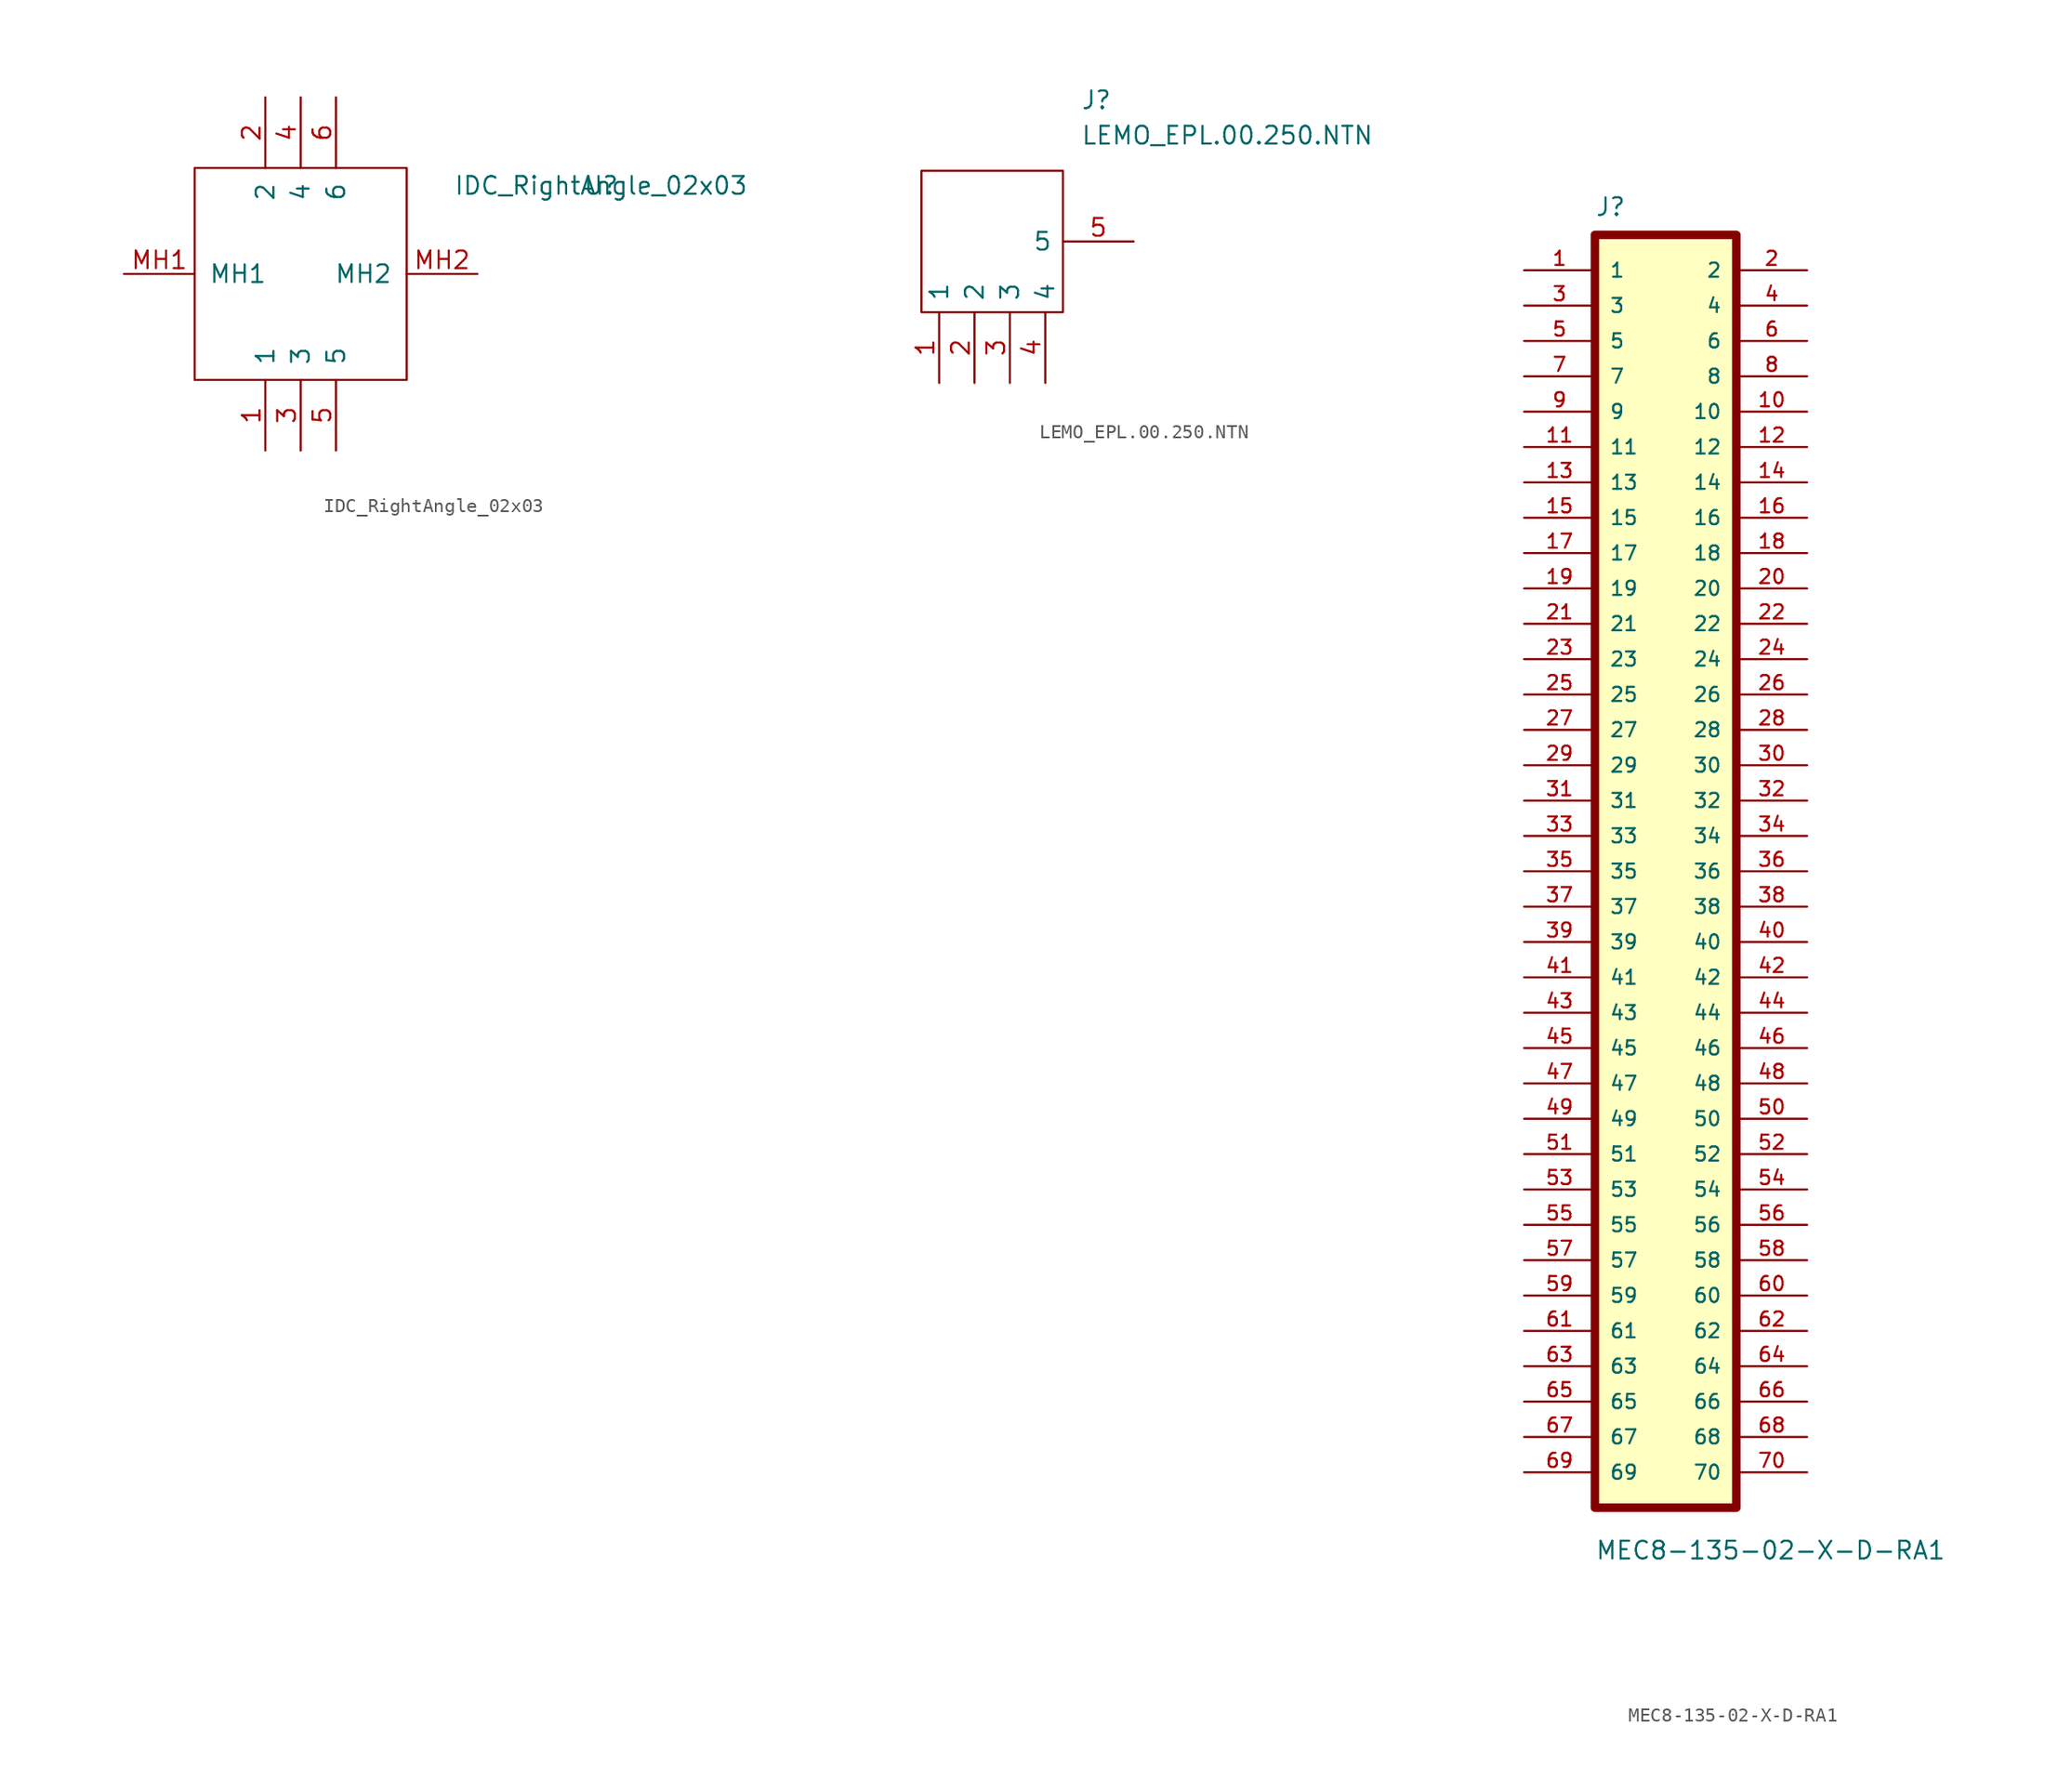
<source format=kicad_sym>
(kicad_symbol_lib
  (version 20211014)
  (generator kicad_symbol_editor)
  (symbol "IDC_RightAngle_02x03"
    (pin_names
      (offset 1.016))
    (property "Reference" "U"
      (at 21.59 6.35 0)
      (effects (font (size 1.27 1.27))))
    (property "Value" "IDC_RightAngle_02x03"
      (at 21.59 6.35 0)
      (effects (font (size 1.27 1.27))))
    (symbol "IDC_RightAngle_02x03_1_1"
      (polyline (pts (xy -7.62 7.62) (xy 7.62 7.62) (xy 7.62 -7.62) (xy -7.62 -7.62) (xy -7.62 7.62)) (stroke (width 0.152) (type default) (color 0 0 0 0)) (fill (type none)))
      (pin passive line (at -2.54 -12.7 90) (length 5.08) (name "1" (effects (font (size 1.27 1.27)))) (number "1" (effects (font (size 1.27 1.27)))))
      (pin passive line (at -2.54 12.7 270) (length 5.08) (name "2" (effects (font (size 1.27 1.27)))) (number "2" (effects (font (size 1.27 1.27)))))
      (pin passive line (at 0 -12.7 90) (length 5.08) (name "3" (effects (font (size 1.27 1.27)))) (number "3" (effects (font (size 1.27 1.27)))))
      (pin passive line (at 0 12.7 270) (length 5.08) (name "4" (effects (font (size 1.27 1.27)))) (number "4" (effects (font (size 1.27 1.27)))))
      (pin passive line (at 2.54 -12.7 90) (length 5.08) (name "5" (effects (font (size 1.27 1.27)))) (number "5" (effects (font (size 1.27 1.27)))))
      (pin passive line (at 2.54 12.7 270) (length 5.08) (name "6" (effects (font (size 1.27 1.27)))) (number "6" (effects (font (size 1.27 1.27)))))
      (pin passive line (at -12.7 0 0) (length 5.08) (name "MH1" (effects (font (size 1.27 1.27)))) (number "MH1" (effects (font (size 1.27 1.27)))))
      (pin passive line (at 12.7 0 180) (length 5.08) (name "MH2" (effects (font (size 1.27 1.27)))) (number "MH2" (effects (font (size 1.27 1.27)))))))
  (symbol "LEMO_EPL.00.250.NTN"
    (pin_names
      (offset 0.762))
    (property "Reference" "J"
      (at 16.51 7.62 0)
      (effects (font (size 1.27 1.27)) (justify left)))
    (property "Value" "LEMO_EPL.00.250.NTN"
      (at 16.51 5.08 0)
      (effects (font (size 1.27 1.27)) (justify left)))
    (symbol "LEMO_EPL.00.250.NTN_0_0"
      (pin passive line (at 6.35 -12.7 90) (length 5.08) (name "1" (effects (font (size 1.27 1.27)))) (number "1" (effects (font (size 1.27 1.27)))))
      (pin passive line (at 8.89 -12.7 90) (length 5.08) (name "2" (effects (font (size 1.27 1.27)))) (number "2" (effects (font (size 1.27 1.27)))))
      (pin passive line (at 11.43 -12.7 90) (length 5.08) (name "3" (effects (font (size 1.27 1.27)))) (number "3" (effects (font (size 1.27 1.27)))))
      (pin passive line (at 13.97 -12.7 90) (length 5.08) (name "4" (effects (font (size 1.27 1.27)))) (number "4" (effects (font (size 1.27 1.27)))))
      (pin passive line (at 20.32 -2.54 180) (length 5.08) (name "5" (effects (font (size 1.27 1.27)))) (number "5" (effects (font (size 1.27 1.27))))))
    (symbol "LEMO_EPL.00.250.NTN_0_1"
      (polyline (pts (xy 5.08 2.54) (xy 15.24 2.54) (xy 15.24 -7.62) (xy 5.08 -7.62) (xy 5.08 2.54)) (stroke (width 0.152) (type default) (color 0 0 0 0)) (fill (type none)))))
  (symbol "MEC8-135-02-X-D-RA1"
    (pin_names
      (offset 1.016))
    (property "Reference" "J"
      (at -5.08 46.99 0)
      (effects (font (size 1.27 1.27)) (justify left bottom)))
    (property "Value" "MEC8-135-02-X-D-RA1"
      (at -5.08 -49.53 0)
      (effects (font (size 1.27 1.27)) (justify left bottom)))
    (property "ki_locked" ""
      (at 0 0 0)
      (effects (font (size 1.27 1.27))))
    (symbol "MEC8-135-02-X-D-RA1_0_0"
      (rectangle (start -5.08 -45.72) (end 5.08 45.72) (stroke (width 0.61) (type default) (color 0 0 0 0)) (fill (type background)))
      (pin passive line (at -10.16 43.18 0) (length 5.08) (name "1" (effects (font (size 1.016 1.016)))) (number "1" (effects (font (size 1.016 1.016)))))
      (pin passive line (at 10.16 33.02 180) (length 5.08) (name "10" (effects (font (size 1.016 1.016)))) (number "10" (effects (font (size 1.016 1.016)))))
      (pin passive line (at -10.16 30.48 0) (length 5.08) (name "11" (effects (font (size 1.016 1.016)))) (number "11" (effects (font (size 1.016 1.016)))))
      (pin passive line (at 10.16 30.48 180) (length 5.08) (name "12" (effects (font (size 1.016 1.016)))) (number "12" (effects (font (size 1.016 1.016)))))
      (pin passive line (at -10.16 27.94 0) (length 5.08) (name "13" (effects (font (size 1.016 1.016)))) (number "13" (effects (font (size 1.016 1.016)))))
      (pin passive line (at 10.16 27.94 180) (length 5.08) (name "14" (effects (font (size 1.016 1.016)))) (number "14" (effects (font (size 1.016 1.016)))))
      (pin passive line (at -10.16 25.4 0) (length 5.08) (name "15" (effects (font (size 1.016 1.016)))) (number "15" (effects (font (size 1.016 1.016)))))
      (pin passive line (at 10.16 25.4 180) (length 5.08) (name "16" (effects (font (size 1.016 1.016)))) (number "16" (effects (font (size 1.016 1.016)))))
      (pin passive line (at -10.16 22.86 0) (length 5.08) (name "17" (effects (font (size 1.016 1.016)))) (number "17" (effects (font (size 1.016 1.016)))))
      (pin passive line (at 10.16 22.86 180) (length 5.08) (name "18" (effects (font (size 1.016 1.016)))) (number "18" (effects (font (size 1.016 1.016)))))
      (pin passive line (at -10.16 20.32 0) (length 5.08) (name "19" (effects (font (size 1.016 1.016)))) (number "19" (effects (font (size 1.016 1.016)))))
      (pin passive line (at 10.16 43.18 180) (length 5.08) (name "2" (effects (font (size 1.016 1.016)))) (number "2" (effects (font (size 1.016 1.016)))))
      (pin passive line (at 10.16 20.32 180) (length 5.08) (name "20" (effects (font (size 1.016 1.016)))) (number "20" (effects (font (size 1.016 1.016)))))
      (pin passive line (at -10.16 17.78 0) (length 5.08) (name "21" (effects (font (size 1.016 1.016)))) (number "21" (effects (font (size 1.016 1.016)))))
      (pin passive line (at 10.16 17.78 180) (length 5.08) (name "22" (effects (font (size 1.016 1.016)))) (number "22" (effects (font (size 1.016 1.016)))))
      (pin passive line (at -10.16 15.24 0) (length 5.08) (name "23" (effects (font (size 1.016 1.016)))) (number "23" (effects (font (size 1.016 1.016)))))
      (pin passive line (at 10.16 15.24 180) (length 5.08) (name "24" (effects (font (size 1.016 1.016)))) (number "24" (effects (font (size 1.016 1.016)))))
      (pin passive line (at -10.16 12.7 0) (length 5.08) (name "25" (effects (font (size 1.016 1.016)))) (number "25" (effects (font (size 1.016 1.016)))))
      (pin passive line (at 10.16 12.7 180) (length 5.08) (name "26" (effects (font (size 1.016 1.016)))) (number "26" (effects (font (size 1.016 1.016)))))
      (pin passive line (at -10.16 10.16 0) (length 5.08) (name "27" (effects (font (size 1.016 1.016)))) (number "27" (effects (font (size 1.016 1.016)))))
      (pin passive line (at 10.16 10.16 180) (length 5.08) (name "28" (effects (font (size 1.016 1.016)))) (number "28" (effects (font (size 1.016 1.016)))))
      (pin passive line (at -10.16 7.62 0) (length 5.08) (name "29" (effects (font (size 1.016 1.016)))) (number "29" (effects (font (size 1.016 1.016)))))
      (pin passive line (at -10.16 40.64 0) (length 5.08) (name "3" (effects (font (size 1.016 1.016)))) (number "3" (effects (font (size 1.016 1.016)))))
      (pin passive line (at 10.16 7.62 180) (length 5.08) (name "30" (effects (font (size 1.016 1.016)))) (number "30" (effects (font (size 1.016 1.016)))))
      (pin passive line (at -10.16 5.08 0) (length 5.08) (name "31" (effects (font (size 1.016 1.016)))) (number "31" (effects (font (size 1.016 1.016)))))
      (pin passive line (at 10.16 5.08 180) (length 5.08) (name "32" (effects (font (size 1.016 1.016)))) (number "32" (effects (font (size 1.016 1.016)))))
      (pin passive line (at -10.16 2.54 0) (length 5.08) (name "33" (effects (font (size 1.016 1.016)))) (number "33" (effects (font (size 1.016 1.016)))))
      (pin passive line (at 10.16 2.54 180) (length 5.08) (name "34" (effects (font (size 1.016 1.016)))) (number "34" (effects (font (size 1.016 1.016)))))
      (pin passive line (at -10.16 0 0) (length 5.08) (name "35" (effects (font (size 1.016 1.016)))) (number "35" (effects (font (size 1.016 1.016)))))
      (pin passive line (at 10.16 0 180) (length 5.08) (name "36" (effects (font (size 1.016 1.016)))) (number "36" (effects (font (size 1.016 1.016)))))
      (pin passive line (at -10.16 -2.54 0) (length 5.08) (name "37" (effects (font (size 1.016 1.016)))) (number "37" (effects (font (size 1.016 1.016)))))
      (pin passive line (at 10.16 -2.54 180) (length 5.08) (name "38" (effects (font (size 1.016 1.016)))) (number "38" (effects (font (size 1.016 1.016)))))
      (pin passive line (at -10.16 -5.08 0) (length 5.08) (name "39" (effects (font (size 1.016 1.016)))) (number "39" (effects (font (size 1.016 1.016)))))
      (pin passive line (at 10.16 40.64 180) (length 5.08) (name "4" (effects (font (size 1.016 1.016)))) (number "4" (effects (font (size 1.016 1.016)))))
      (pin passive line (at 10.16 -5.08 180) (length 5.08) (name "40" (effects (font (size 1.016 1.016)))) (number "40" (effects (font (size 1.016 1.016)))))
      (pin passive line (at -10.16 -7.62 0) (length 5.08) (name "41" (effects (font (size 1.016 1.016)))) (number "41" (effects (font (size 1.016 1.016)))))
      (pin passive line (at 10.16 -7.62 180) (length 5.08) (name "42" (effects (font (size 1.016 1.016)))) (number "42" (effects (font (size 1.016 1.016)))))
      (pin passive line (at -10.16 -10.16 0) (length 5.08) (name "43" (effects (font (size 1.016 1.016)))) (number "43" (effects (font (size 1.016 1.016)))))
      (pin passive line (at 10.16 -10.16 180) (length 5.08) (name "44" (effects (font (size 1.016 1.016)))) (number "44" (effects (font (size 1.016 1.016)))))
      (pin passive line (at -10.16 -12.7 0) (length 5.08) (name "45" (effects (font (size 1.016 1.016)))) (number "45" (effects (font (size 1.016 1.016)))))
      (pin passive line (at 10.16 -12.7 180) (length 5.08) (name "46" (effects (font (size 1.016 1.016)))) (number "46" (effects (font (size 1.016 1.016)))))
      (pin passive line (at -10.16 -15.24 0) (length 5.08) (name "47" (effects (font (size 1.016 1.016)))) (number "47" (effects (font (size 1.016 1.016)))))
      (pin passive line (at 10.16 -15.24 180) (length 5.08) (name "48" (effects (font (size 1.016 1.016)))) (number "48" (effects (font (size 1.016 1.016)))))
      (pin passive line (at -10.16 -17.78 0) (length 5.08) (name "49" (effects (font (size 1.016 1.016)))) (number "49" (effects (font (size 1.016 1.016)))))
      (pin passive line (at -10.16 38.1 0) (length 5.08) (name "5" (effects (font (size 1.016 1.016)))) (number "5" (effects (font (size 1.016 1.016)))))
      (pin passive line (at 10.16 -17.78 180) (length 5.08) (name "50" (effects (font (size 1.016 1.016)))) (number "50" (effects (font (size 1.016 1.016)))))
      (pin passive line (at -10.16 -20.32 0) (length 5.08) (name "51" (effects (font (size 1.016 1.016)))) (number "51" (effects (font (size 1.016 1.016)))))
      (pin passive line (at 10.16 -20.32 180) (length 5.08) (name "52" (effects (font (size 1.016 1.016)))) (number "52" (effects (font (size 1.016 1.016)))))
      (pin passive line (at -10.16 -22.86 0) (length 5.08) (name "53" (effects (font (size 1.016 1.016)))) (number "53" (effects (font (size 1.016 1.016)))))
      (pin passive line (at 10.16 -22.86 180) (length 5.08) (name "54" (effects (font (size 1.016 1.016)))) (number "54" (effects (font (size 1.016 1.016)))))
      (pin passive line (at -10.16 -25.4 0) (length 5.08) (name "55" (effects (font (size 1.016 1.016)))) (number "55" (effects (font (size 1.016 1.016)))))
      (pin passive line (at 10.16 -25.4 180) (length 5.08) (name "56" (effects (font (size 1.016 1.016)))) (number "56" (effects (font (size 1.016 1.016)))))
      (pin passive line (at -10.16 -27.94 0) (length 5.08) (name "57" (effects (font (size 1.016 1.016)))) (number "57" (effects (font (size 1.016 1.016)))))
      (pin passive line (at 10.16 -27.94 180) (length 5.08) (name "58" (effects (font (size 1.016 1.016)))) (number "58" (effects (font (size 1.016 1.016)))))
      (pin passive line (at -10.16 -30.48 0) (length 5.08) (name "59" (effects (font (size 1.016 1.016)))) (number "59" (effects (font (size 1.016 1.016)))))
      (pin passive line (at 10.16 38.1 180) (length 5.08) (name "6" (effects (font (size 1.016 1.016)))) (number "6" (effects (font (size 1.016 1.016)))))
      (pin passive line (at 10.16 -30.48 180) (length 5.08) (name "60" (effects (font (size 1.016 1.016)))) (number "60" (effects (font (size 1.016 1.016)))))
      (pin passive line (at -10.16 -33.02 0) (length 5.08) (name "61" (effects (font (size 1.016 1.016)))) (number "61" (effects (font (size 1.016 1.016)))))
      (pin passive line (at 10.16 -33.02 180) (length 5.08) (name "62" (effects (font (size 1.016 1.016)))) (number "62" (effects (font (size 1.016 1.016)))))
      (pin passive line (at -10.16 -35.56 0) (length 5.08) (name "63" (effects (font (size 1.016 1.016)))) (number "63" (effects (font (size 1.016 1.016)))))
      (pin passive line (at 10.16 -35.56 180) (length 5.08) (name "64" (effects (font (size 1.016 1.016)))) (number "64" (effects (font (size 1.016 1.016)))))
      (pin passive line (at -10.16 -38.1 0) (length 5.08) (name "65" (effects (font (size 1.016 1.016)))) (number "65" (effects (font (size 1.016 1.016)))))
      (pin passive line (at 10.16 -38.1 180) (length 5.08) (name "66" (effects (font (size 1.016 1.016)))) (number "66" (effects (font (size 1.016 1.016)))))
      (pin passive line (at -10.16 -40.64 0) (length 5.08) (name "67" (effects (font (size 1.016 1.016)))) (number "67" (effects (font (size 1.016 1.016)))))
      (pin passive line (at 10.16 -40.64 180) (length 5.08) (name "68" (effects (font (size 1.016 1.016)))) (number "68" (effects (font (size 1.016 1.016)))))
      (pin passive line (at -10.16 -43.18 0) (length 5.08) (name "69" (effects (font (size 1.016 1.016)))) (number "69" (effects (font (size 1.016 1.016)))))
      (pin passive line (at -10.16 35.56 0) (length 5.08) (name "7" (effects (font (size 1.016 1.016)))) (number "7" (effects (font (size 1.016 1.016)))))
      (pin passive line (at 10.16 -43.18 180) (length 5.08) (name "70" (effects (font (size 1.016 1.016)))) (number "70" (effects (font (size 1.016 1.016)))))
      (pin passive line (at 10.16 35.56 180) (length 5.08) (name "8" (effects (font (size 1.016 1.016)))) (number "8" (effects (font (size 1.016 1.016)))))
      (pin passive line (at -10.16 33.02 0) (length 5.08) (name "9" (effects (font (size 1.016 1.016)))) (number "9" (effects (font (size 1.016 1.016))))))))
</source>
